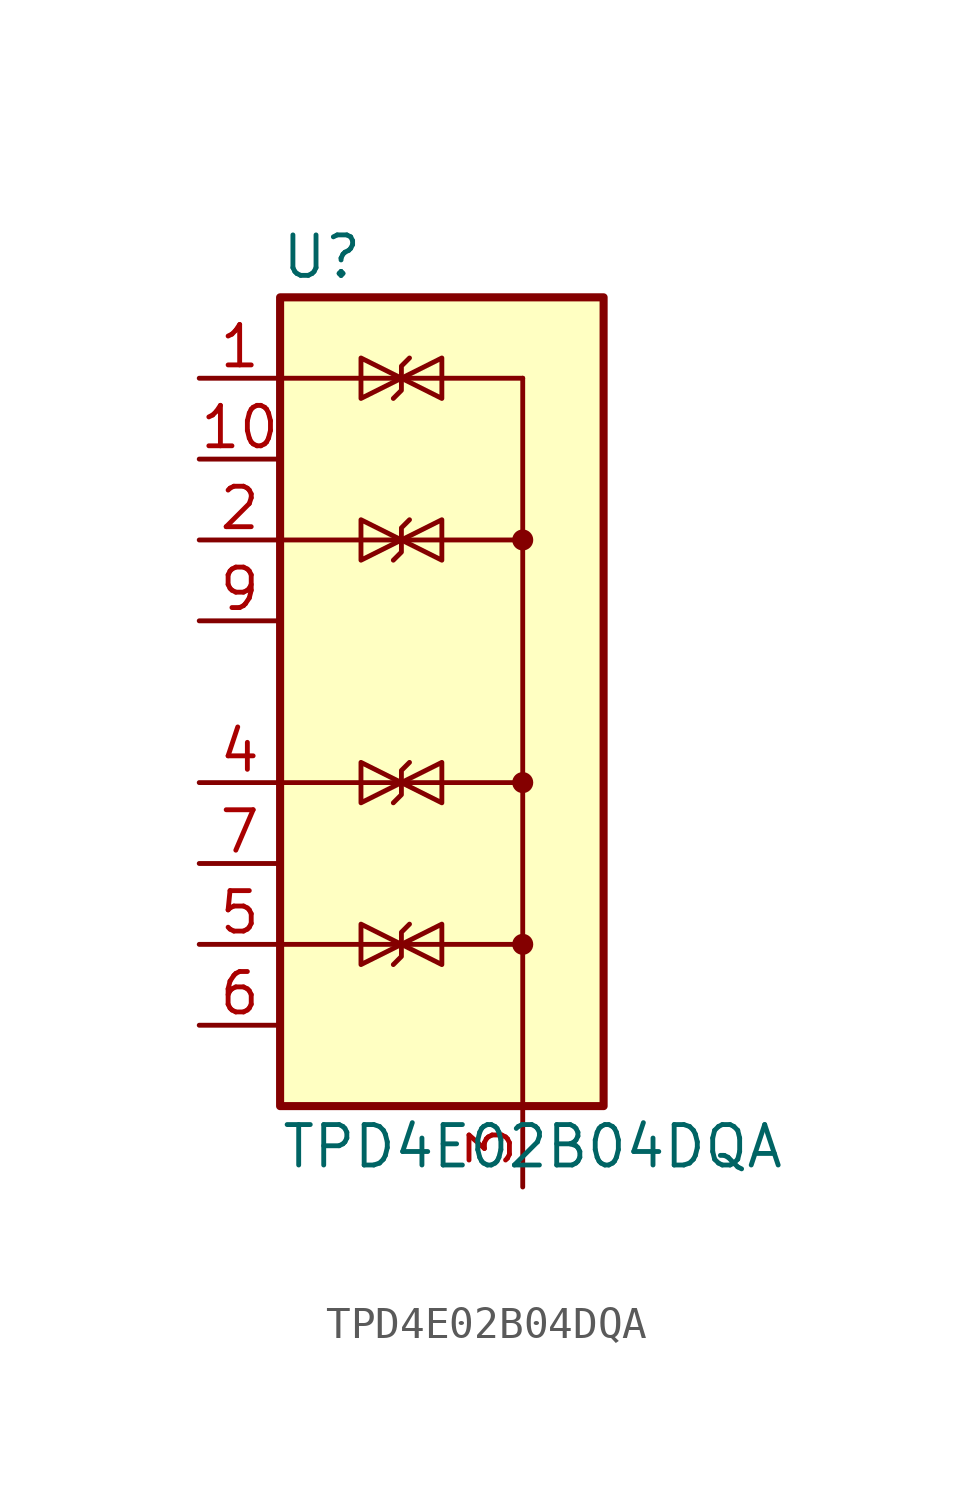
<source format=kicad_sym>
(kicad_symbol_lib
  (version 20231120)
  (generator "kicad_symbol_editor")
  (generator_version "8.0")
  (symbol "TPD4E02B04DQA"
    (pin_names hide)
    (property "Reference" "U"
      (at 0 1.27 0)
      (effects (font (size 1.27 1.27)) (justify left)))
    (property "Value" "TPD4E02B04DQA"
      (at 0 -26.67 0)
      (effects (font (size 1.27 1.27)) (justify left)))
    (symbol "TPD4E02B04DQA_0_0"
      (pin passive line (at 7.62 -27.94 90) (length 2.54) (name "G" (effects (font (size 1.27 1.27)))) (number "3" (effects (font (size 1.27 1.27))))))
    (symbol "TPD4E02B04DQA_0_1"
      (polyline (pts (xy 0 -20.32) (xy 7.62 -20.32)) (stroke (width 0) (type default)) (fill (type none)))
      (polyline (pts (xy 0 -15.24) (xy 7.62 -15.24)) (stroke (width 0) (type default)) (fill (type none)))
      (polyline (pts (xy 0 -7.62) (xy 7.62 -7.62)) (stroke (width 0) (type default)) (fill (type none)))
      (polyline (pts (xy 0 -2.54) (xy 7.62 -2.54)) (stroke (width 0) (type default)) (fill (type none)))
      (polyline (pts (xy 7.62 -2.54) (xy 7.62 -25.4)) (stroke (width 0.152) (type default)) (fill (type none)))
      (polyline (pts (xy 3.81 -20.32) (xy 5.08 -20.955) (xy 5.08 -19.685) (xy 3.81 -20.32)) (stroke (width 0) (type default)) (fill (type none)))
      (polyline (pts (xy 3.81 -15.24) (xy 5.08 -15.875) (xy 5.08 -14.605) (xy 3.81 -15.24)) (stroke (width 0) (type default)) (fill (type none)))
      (polyline (pts (xy 3.81 -7.62) (xy 5.08 -8.255) (xy 5.08 -6.985) (xy 3.81 -7.62)) (stroke (width 0) (type default)) (fill (type none)))
      (polyline (pts (xy 3.81 -2.54) (xy 5.08 -3.175) (xy 5.08 -1.905) (xy 3.81 -2.54)) (stroke (width 0) (type default)) (fill (type none)))
      (rectangle (start 0 0) (end 10.16 -25.4) (stroke (width 0.254) (type default)) (fill (type background)))
      (circle (center 7.62 -20.32) (radius 0.254) (stroke (width 0) (type default)) (fill (type outline)))
      (circle (center 7.62 -15.24) (radius 0.254) (stroke (width 0) (type default)) (fill (type outline)))
      (circle (center 7.62 -7.62) (radius 0.254) (stroke (width 0) (type default)) (fill (type outline))))
    (symbol "TPD4E02B04DQA_1_1"
      (polyline (pts (xy 3.556 -20.955) (xy 3.81 -20.701) (xy 3.81 -19.939) (xy 4.064 -19.685)) (stroke (width 0) (type default)) (fill (type none)))
      (polyline (pts (xy 3.556 -15.875) (xy 3.81 -15.621) (xy 3.81 -14.859) (xy 4.064 -14.605)) (stroke (width 0) (type default)) (fill (type none)))
      (polyline (pts (xy 3.556 -8.255) (xy 3.81 -8.001) (xy 3.81 -7.239) (xy 4.064 -6.985)) (stroke (width 0) (type default)) (fill (type none)))
      (polyline (pts (xy 3.556 -3.175) (xy 3.81 -2.921) (xy 3.81 -2.159) (xy 4.064 -1.905)) (stroke (width 0) (type default)) (fill (type none)))
      (polyline (pts (xy 3.81 -20.32) (xy 2.54 -20.955) (xy 2.54 -19.685) (xy 3.81 -20.32)) (stroke (width 0) (type default)) (fill (type none)))
      (polyline (pts (xy 3.81 -15.24) (xy 2.54 -15.875) (xy 2.54 -14.605) (xy 3.81 -15.24)) (stroke (width 0) (type default)) (fill (type none)))
      (polyline (pts (xy 3.81 -7.62) (xy 2.54 -8.255) (xy 2.54 -6.985) (xy 3.81 -7.62)) (stroke (width 0) (type default)) (fill (type none)))
      (polyline (pts (xy 3.81 -2.54) (xy 2.54 -3.175) (xy 2.54 -1.905) (xy 3.81 -2.54)) (stroke (width 0) (type default)) (fill (type none)))
      (pin passive line (at -2.54 -2.54 0) (length 2.54) (name "IO1" (effects (font (size 1.27 1.27)))) (number "1" (effects (font (size 1.27 1.27)))))
      (pin free line (at -2.54 -5.08 0) (length 2.54) (name "NC" (effects (font (size 1.27 1.27)))) (number "10" (effects (font (size 1.27 1.27)))))
      (pin passive line (at -2.54 -7.62 0) (length 2.54) (name "IO2" (effects (font (size 1.27 1.27)))) (number "2" (effects (font (size 1.27 1.27)))))
      (pin passive line (at -2.54 -15.24 0) (length 2.54) (name "IO3" (effects (font (size 1.27 1.27)))) (number "4" (effects (font (size 1.27 1.27)))))
      (pin passive line (at -2.54 -20.32 0) (length 2.54) (name "IO4" (effects (font (size 1.27 1.27)))) (number "5" (effects (font (size 1.27 1.27)))))
      (pin free line (at -2.54 -22.86 0) (length 2.54) (name "NC" (effects (font (size 1.27 1.27)))) (number "6" (effects (font (size 1.27 1.27)))))
      (pin free line (at -2.54 -17.78 0) (length 2.54) (name "NC" (effects (font (size 1.27 1.27)))) (number "7" (effects (font (size 1.27 1.27)))))
      (pin passive line (at 7.62 -27.94 90) (length 2.54) hide (name "G" (effects (font (size 1.27 1.27)))) (number "8" (effects (font (size 1.27 1.27)))))
      (pin free line (at -2.54 -10.16 0) (length 2.54) (name "NC" (effects (font (size 1.27 1.27)))) (number "9" (effects (font (size 1.27 1.27))))))))
</source>
